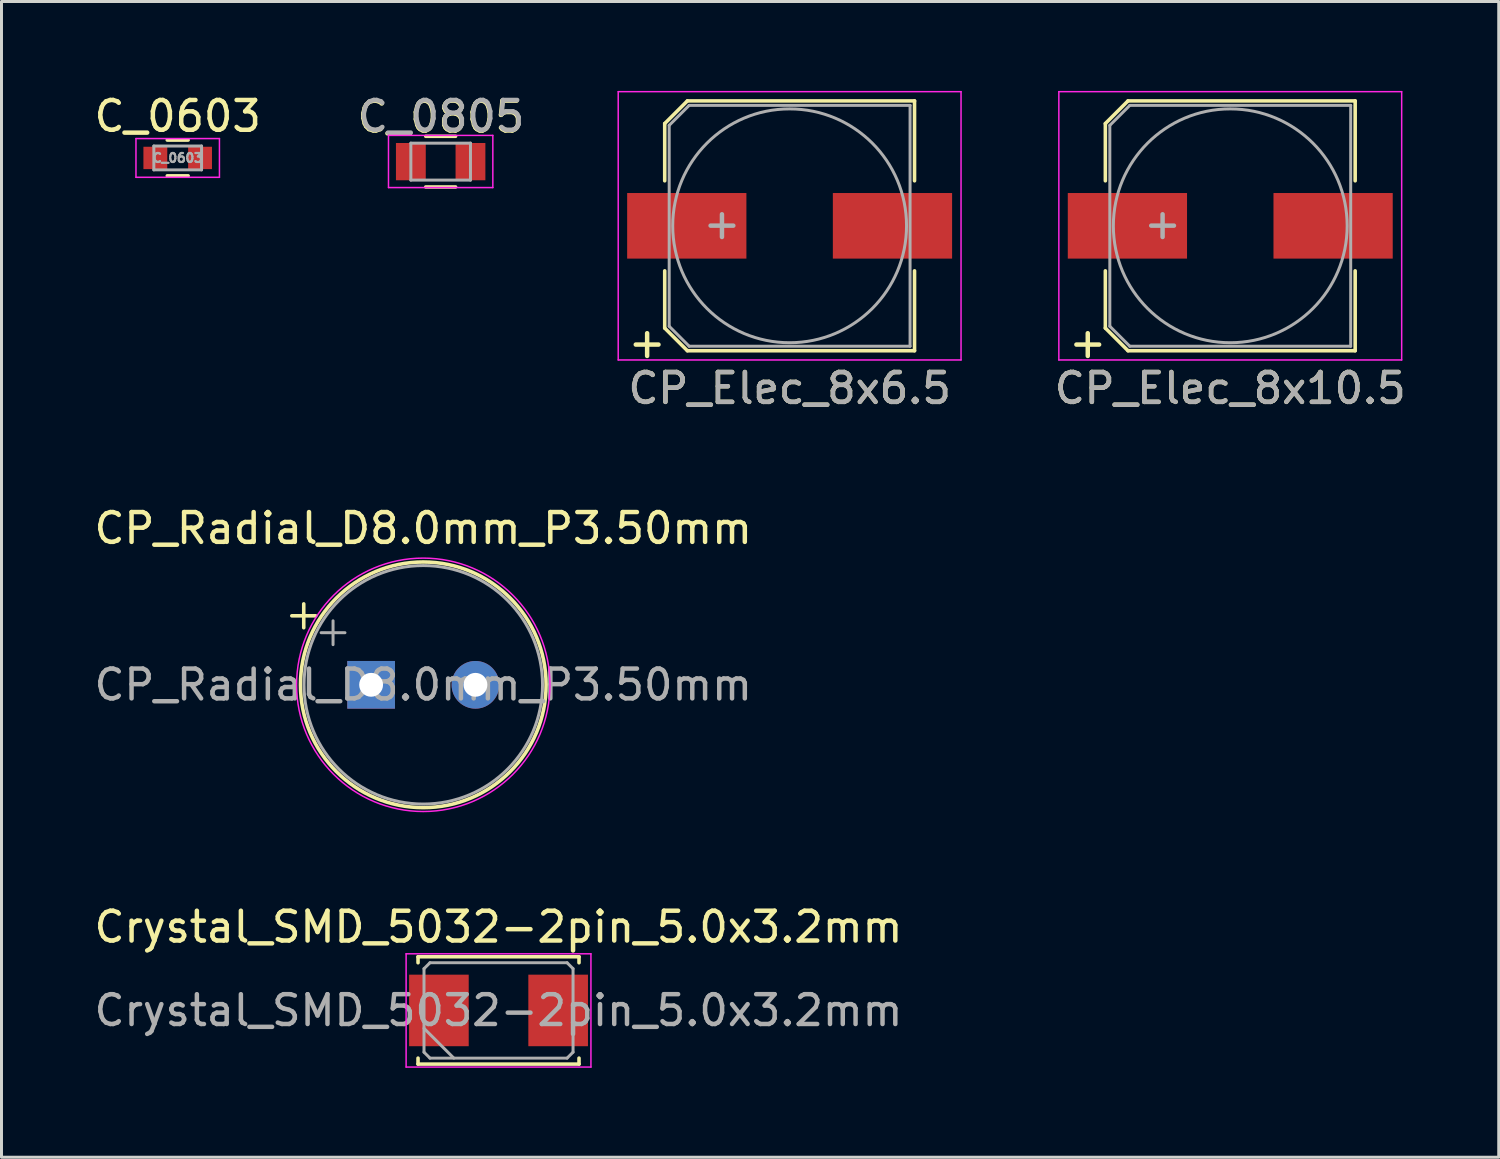
<source format=kicad_pcb>
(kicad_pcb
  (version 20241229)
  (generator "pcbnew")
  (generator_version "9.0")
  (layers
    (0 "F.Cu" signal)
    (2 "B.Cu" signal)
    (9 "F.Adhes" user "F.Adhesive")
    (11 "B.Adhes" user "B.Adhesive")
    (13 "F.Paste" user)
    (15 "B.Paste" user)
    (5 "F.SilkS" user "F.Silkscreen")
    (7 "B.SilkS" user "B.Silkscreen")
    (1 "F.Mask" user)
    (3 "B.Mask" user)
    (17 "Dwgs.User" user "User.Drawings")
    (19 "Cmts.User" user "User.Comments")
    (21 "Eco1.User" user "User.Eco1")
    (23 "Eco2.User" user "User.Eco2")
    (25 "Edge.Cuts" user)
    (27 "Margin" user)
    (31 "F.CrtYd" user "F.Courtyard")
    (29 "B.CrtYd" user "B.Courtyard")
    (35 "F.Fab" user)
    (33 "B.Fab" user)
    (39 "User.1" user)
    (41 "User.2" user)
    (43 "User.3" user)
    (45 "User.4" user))
  (footprint "Crystal_SMD_5032-2pin_5.0x3.2mm"
    (layer "F.Cu")
    (at 13.673 30.845)
    (property "Reference" "Crystal_SMD_5032-2pin_5.0x3.2mm" (at 0 -2.8 0) (layer "F.SilkS") (effects (font (size 1 1) (thickness 0.15))))
    (attr smd)
    (fp_line (start -2.7 -1.8) (end -2.7 -1.6) (stroke (width 0.12) (type solid)) (layer "F.SilkS"))
    (fp_line (start -2.7 1.6) (end -2.7 1.8) (stroke (width 0.12) (type solid)) (layer "F.SilkS"))
    (fp_line (start -2.7 1.8) (end 2.7 1.8) (stroke (width 0.12) (type solid)) (layer "F.SilkS"))
    (fp_line (start 2.7 -1.8) (end -2.7 -1.8) (stroke (width 0.12) (type solid)) (layer "F.SilkS"))
    (fp_line (start 2.7 -1.8) (end 2.7 -1.6) (stroke (width 0.12) (type solid)) (layer "F.SilkS"))
    (fp_line (start 2.7 1.6) (end 2.7 1.8) (stroke (width 0.12) (type solid)) (layer "F.SilkS"))
    (fp_line (start -3.1 -1.9) (end -3.1 1.9) (stroke (width 0.05) (type solid)) (layer "F.CrtYd"))
    (fp_line (start -3.1 1.9) (end 3.1 1.9) (stroke (width 0.05) (type solid)) (layer "F.CrtYd"))
    (fp_line (start 3.1 -1.9) (end -3.1 -1.9) (stroke (width 0.05) (type solid)) (layer "F.CrtYd"))
    (fp_line (start 3.1 1.9) (end 3.1 -1.9) (stroke (width 0.05) (type solid)) (layer "F.CrtYd"))
    (fp_line (start -2.5 -1.4) (end -2.3 -1.6) (stroke (width 0.1) (type solid)) (layer "F.Fab"))
    (fp_line (start -2.5 0.6) (end -1.5 1.6) (stroke (width 0.1) (type solid)) (layer "F.Fab"))
    (fp_line (start -2.5 1.4) (end -2.5 -1.4) (stroke (width 0.1) (type solid)) (layer "F.Fab"))
    (fp_line (start -2.3 -1.6) (end 2.3 -1.6) (stroke (width 0.1) (type solid)) (layer "F.Fab"))
    (fp_line (start -2.3 1.6) (end -2.5 1.4) (stroke (width 0.1) (type solid)) (layer "F.Fab"))
    (fp_line (start 2.3 -1.6) (end 2.5 -1.4) (stroke (width 0.1) (type solid)) (layer "F.Fab"))
    (fp_line (start 2.3 1.6) (end -2.3 1.6) (stroke (width 0.1) (type solid)) (layer "F.Fab"))
    (fp_line (start 2.5 -1.4) (end 2.5 1.4) (stroke (width 0.1) (type solid)) (layer "F.Fab"))
    (fp_line (start 2.5 1.4) (end 2.3 1.6) (stroke (width 0.1) (type solid)) (layer "F.Fab"))
    (fp_text user "${REFERENCE}" (at 0 0 0) (layer "F.Fab") (effects (font (size 1 1) (thickness 0.15))))
    (pad "1" smd rect (at -2 0) (size 2 2.4) (layers "F.Cu" "F.Mask" "F.Paste"))
    (pad "2" smd rect (at 2 0) (size 2 2.4) (layers "F.Cu" "F.Mask" "F.Paste")))
  (footprint "C_0603"
    (layer "F.Cu")
    (at 2.911 2.248)
    (property "Reference" "C_0603" (at 0 -1.4 0) (layer "F.SilkS") (effects (font (size 1 1) (thickness 0.15))))
    (attr smd)
    (fp_line (start -0.35 -0.6) (end 0.35 -0.6) (stroke (width 0.12) (type solid)) (layer "F.SilkS"))
    (fp_line (start 0.35 0.6) (end -0.35 0.6) (stroke (width 0.12) (type solid)) (layer "F.SilkS"))
    (fp_line (start -1.4 -0.65) (end -1.4 0.65) (stroke (width 0.05) (type solid)) (layer "F.CrtYd"))
    (fp_line (start -1.4 -0.65) (end 1.4 -0.65) (stroke (width 0.05) (type solid)) (layer "F.CrtYd"))
    (fp_line (start 1.4 0.65) (end -1.4 0.65) (stroke (width 0.05) (type solid)) (layer "F.CrtYd"))
    (fp_line (start 1.4 0.65) (end 1.4 -0.65) (stroke (width 0.05) (type solid)) (layer "F.CrtYd"))
    (fp_line (start -0.8 -0.4) (end 0.8 -0.4) (stroke (width 0.1) (type solid)) (layer "F.Fab"))
    (fp_line (start -0.8 0.4) (end -0.8 -0.4) (stroke (width 0.1) (type solid)) (layer "F.Fab"))
    (fp_line (start 0.8 -0.4) (end 0.8 0.4) (stroke (width 0.1) (type solid)) (layer "F.Fab"))
    (fp_line (start 0.8 0.4) (end -0.8 0.4) (stroke (width 0.1) (type solid)) (layer "F.Fab"))
    (fp_text user "${REFERENCE}" (at 0 0 0) (layer "F.Fab") (effects (font (size 0.3 0.3) (thickness 0.075))))
    (pad "1" smd rect (at -0.75 0) (size 0.8 0.75) (layers "F.Cu" "F.Mask" "F.Paste"))
    (pad "2" smd rect (at 0.75 0) (size 0.8 0.75) (layers "F.Cu" "F.Mask" "F.Paste")))
  (footprint "CP_Radial_D8.0mm_P3.50mm"
    (layer "F.Cu")
    (at 9.399 19.922)
    (property "Reference" "CP_Radial_D8.0mm_P3.50mm" (at 1.75 -5.25 0) (layer "F.SilkS") (effects (font (size 1 1) (thickness 0.15))))
    (attr through_hole)
    (fp_line (start -2.66 -2.315) (end -1.86 -2.315) (stroke (width 0.12) (type solid)) (layer "F.SilkS"))
    (fp_line (start -2.26 -2.715) (end -2.26 -1.915) (stroke (width 0.12) (type solid)) (layer "F.SilkS"))
    (fp_circle (center 1.75 0) (end 5.87 0) (stroke (width 0.12) (type solid)) (fill no) (layer "F.SilkS"))
    (fp_circle (center 1.75 0) (end 6 0) (stroke (width 0.05) (type solid)) (fill no) (layer "F.CrtYd"))
    (fp_line (start -1.677 -1.748) (end -0.877 -1.748) (stroke (width 0.1) (type solid)) (layer "F.Fab"))
    (fp_line (start -1.277 -2.147) (end -1.277 -1.347) (stroke (width 0.1) (type solid)) (layer "F.Fab"))
    (fp_circle (center 1.75 0) (end 5.75 0) (stroke (width 0.1) (type solid)) (fill no) (layer "F.Fab"))
    (fp_text user "${REFERENCE}" (at 1.75 0 0) (layer "F.Fab") (effects (font (size 1 1) (thickness 0.15))))
    (pad "1" thru_hole rect (at 0 0) (size 1.6 1.6) (drill 0.8) (layers "*.Cu" "*.Mask"))
    (pad "2" thru_hole circle (at 3.5 0) (size 1.6 1.6) (drill 0.8) (layers "*.Cu" "*.Mask")))
  (footprint "CP_Elec_8x6.5"
    (layer "F.Cu")
    (at 23.438 4.525)
    (property "Reference" "CP_Elec_8x6.5" (at 0 5.45 0) (layer "F.SilkS") (effects (font (size 1 1) (thickness 0.15))))
    (attr smd)
    (fp_line (start -4.19 -3.43) (end -4.19 -1.51) (stroke (width 0.12) (type solid)) (layer "F.SilkS"))
    (fp_line (start -4.19 -3.43) (end -3.43 -4.19) (stroke (width 0.12) (type solid)) (layer "F.SilkS"))
    (fp_line (start -4.19 3.43) (end -4.19 1.51) (stroke (width 0.12) (type solid)) (layer "F.SilkS"))
    (fp_line (start -3.43 -4.19) (end 4.19 -4.19) (stroke (width 0.12) (type solid)) (layer "F.SilkS"))
    (fp_line (start -3.43 4.19) (end -4.19 3.43) (stroke (width 0.12) (type solid)) (layer "F.SilkS"))
    (fp_line (start 4.19 -4.19) (end 4.19 -1.51) (stroke (width 0.12) (type solid)) (layer "F.SilkS"))
    (fp_line (start 4.19 4.19) (end -3.43 4.19) (stroke (width 0.12) (type solid)) (layer "F.SilkS"))
    (fp_line (start 4.19 4.19) (end 4.19 1.51) (stroke (width 0.12) (type solid)) (layer "F.SilkS"))
    (fp_line (start -5.75 -4.5) (end -5.75 4.5) (stroke (width 0.05) (type solid)) (layer "F.CrtYd"))
    (fp_line (start -5.75 4.5) (end 5.75 4.5) (stroke (width 0.05) (type solid)) (layer "F.CrtYd"))
    (fp_line (start 5.75 -4.5) (end -5.75 -4.5) (stroke (width 0.05) (type solid)) (layer "F.CrtYd"))
    (fp_line (start 5.75 4.5) (end 5.75 -4.5) (stroke (width 0.05) (type solid)) (layer "F.CrtYd"))
    (fp_line (start -4.04 -3.37) (end -4.04 3.37) (stroke (width 0.1) (type solid)) (layer "F.Fab"))
    (fp_line (start -4.04 3.37) (end -3.37 4.04) (stroke (width 0.1) (type solid)) (layer "F.Fab"))
    (fp_line (start -3.37 -4.04) (end -4.04 -3.37) (stroke (width 0.1) (type solid)) (layer "F.Fab"))
    (fp_line (start -3.37 4.04) (end 4.04 4.04) (stroke (width 0.1) (type solid)) (layer "F.Fab"))
    (fp_line (start 4.04 -4.04) (end -3.37 -4.04) (stroke (width 0.1) (type solid)) (layer "F.Fab"))
    (fp_line (start 4.04 4.04) (end 4.04 -4.04) (stroke (width 0.1) (type solid)) (layer "F.Fab"))
    (fp_circle (center 0 0) (end 1.3 3.7) (stroke (width 0.1) (type solid)) (fill no) (layer "F.Fab"))
    (fp_text user "+" (at -4.78 3.91 0) (layer "F.SilkS") (effects (font (size 1 1) (thickness 0.15))))
    (fp_text user "${REFERENCE}" (at 0 5.45 0) (layer "F.Fab") (effects (font (size 1 1) (thickness 0.15))))
    (fp_text user "+" (at -2.27 -0.08 0) (layer "F.Fab") (effects (font (size 1 1) (thickness 0.15))))
    (pad "1" smd rect (at -3.45 0 180) (size 4 2.2) (layers "F.Cu" "F.Mask" "F.Paste"))
    (pad "2" smd rect (at 3.45 0 180) (size 4 2.2) (layers "F.Cu" "F.Mask" "F.Paste")))
  (footprint "C_0805"
    (layer "F.Cu")
    (at 11.732 2.372)
    (property "Reference" "C_0805" (at 0 -1.5 0) (layer "F.SilkS") (effects (font (size 1 1) (thickness 0.15))))
    (attr smd)
    (fp_line (start -0.5 0.85) (end 0.5 0.85) (stroke (width 0.12) (type solid)) (layer "F.SilkS"))
    (fp_line (start 0.5 -0.85) (end -0.5 -0.85) (stroke (width 0.12) (type solid)) (layer "F.SilkS"))
    (fp_line (start -1.75 -0.88) (end -1.75 0.87) (stroke (width 0.05) (type solid)) (layer "F.CrtYd"))
    (fp_line (start -1.75 -0.88) (end 1.75 -0.88) (stroke (width 0.05) (type solid)) (layer "F.CrtYd"))
    (fp_line (start 1.75 0.87) (end -1.75 0.87) (stroke (width 0.05) (type solid)) (layer "F.CrtYd"))
    (fp_line (start 1.75 0.87) (end 1.75 -0.88) (stroke (width 0.05) (type solid)) (layer "F.CrtYd"))
    (fp_line (start -1 -0.62) (end 1 -0.62) (stroke (width 0.1) (type solid)) (layer "F.Fab"))
    (fp_line (start -1 0.62) (end -1 -0.62) (stroke (width 0.1) (type solid)) (layer "F.Fab"))
    (fp_line (start 1 -0.62) (end 1 0.62) (stroke (width 0.1) (type solid)) (layer "F.Fab"))
    (fp_line (start 1 0.62) (end -1 0.62) (stroke (width 0.1) (type solid)) (layer "F.Fab"))
    (fp_text user "${REFERENCE}" (at 0.02 -1.524 0) (layer "F.Fab") (effects (font (size 1 1) (thickness 0.15))))
    (pad "1" smd rect (at -1 0) (size 1 1.25) (layers "F.Cu" "F.Mask" "F.Paste"))
    (pad "2" smd rect (at 1 0) (size 1 1.25) (layers "F.Cu" "F.Mask" "F.Paste")))
  (footprint "CP_Elec_8x10.5"
    (layer "F.Cu")
    (at 38.219 4.525)
    (property "Reference" "CP_Elec_8x10.5" (at 0 5.45 0) (layer "F.SilkS") (effects (font (size 1 1) (thickness 0.15))))
    (attr smd)
    (fp_line (start -4.19 -3.43) (end -4.19 -1.51) (stroke (width 0.12) (type solid)) (layer "F.SilkS"))
    (fp_line (start -4.19 -3.43) (end -3.43 -4.19) (stroke (width 0.12) (type solid)) (layer "F.SilkS"))
    (fp_line (start -4.19 3.43) (end -4.19 1.51) (stroke (width 0.12) (type solid)) (layer "F.SilkS"))
    (fp_line (start -3.43 -4.19) (end 4.19 -4.19) (stroke (width 0.12) (type solid)) (layer "F.SilkS"))
    (fp_line (start -3.43 4.19) (end -4.19 3.43) (stroke (width 0.12) (type solid)) (layer "F.SilkS"))
    (fp_line (start 4.19 -4.19) (end 4.19 -1.51) (stroke (width 0.12) (type solid)) (layer "F.SilkS"))
    (fp_line (start 4.19 4.19) (end -3.43 4.19) (stroke (width 0.12) (type solid)) (layer "F.SilkS"))
    (fp_line (start 4.19 4.19) (end 4.19 1.51) (stroke (width 0.12) (type solid)) (layer "F.SilkS"))
    (fp_line (start -5.75 -4.5) (end -5.75 4.5) (stroke (width 0.05) (type solid)) (layer "F.CrtYd"))
    (fp_line (start -5.75 4.5) (end 5.75 4.5) (stroke (width 0.05) (type solid)) (layer "F.CrtYd"))
    (fp_line (start 5.75 -4.5) (end -5.75 -4.5) (stroke (width 0.05) (type solid)) (layer "F.CrtYd"))
    (fp_line (start 5.75 4.5) (end 5.75 -4.5) (stroke (width 0.05) (type solid)) (layer "F.CrtYd"))
    (fp_line (start -4.04 -3.37) (end -4.04 3.37) (stroke (width 0.1) (type solid)) (layer "F.Fab"))
    (fp_line (start -4.04 3.37) (end -3.37 4.04) (stroke (width 0.1) (type solid)) (layer "F.Fab"))
    (fp_line (start -3.37 -4.04) (end -4.04 -3.37) (stroke (width 0.1) (type solid)) (layer "F.Fab"))
    (fp_line (start -3.37 4.04) (end 4.04 4.04) (stroke (width 0.1) (type solid)) (layer "F.Fab"))
    (fp_line (start 4.04 -4.04) (end -3.37 -4.04) (stroke (width 0.1) (type solid)) (layer "F.Fab"))
    (fp_line (start 4.04 4.04) (end 4.04 -4.04) (stroke (width 0.1) (type solid)) (layer "F.Fab"))
    (fp_circle (center 0 0) (end 1.3 3.7) (stroke (width 0.1) (type solid)) (fill no) (layer "F.Fab"))
    (fp_text user "+" (at -4.78 3.91 0) (layer "F.SilkS") (effects (font (size 1 1) (thickness 0.15))))
    (fp_text user "${REFERENCE}" (at 0 5.45 0) (layer "F.Fab") (effects (font (size 1 1) (thickness 0.15))))
    (fp_text user "+" (at -2.27 -0.08 0) (layer "F.Fab") (effects (font (size 1 1) (thickness 0.15))))
    (pad "1" smd rect (at -3.45 0 180) (size 4 2.2) (layers "F.Cu" "F.Mask" "F.Paste"))
    (pad "2" smd rect (at 3.45 0 180) (size 4 2.2) (layers "F.Cu" "F.Mask" "F.Paste")))
  (gr_rect
    (start -3 -3)
    (end 47.225 35.77)
    (stroke (width 0.1) (type default))
    (fill no)
    (layer "Edge.Cuts")))
</source>
